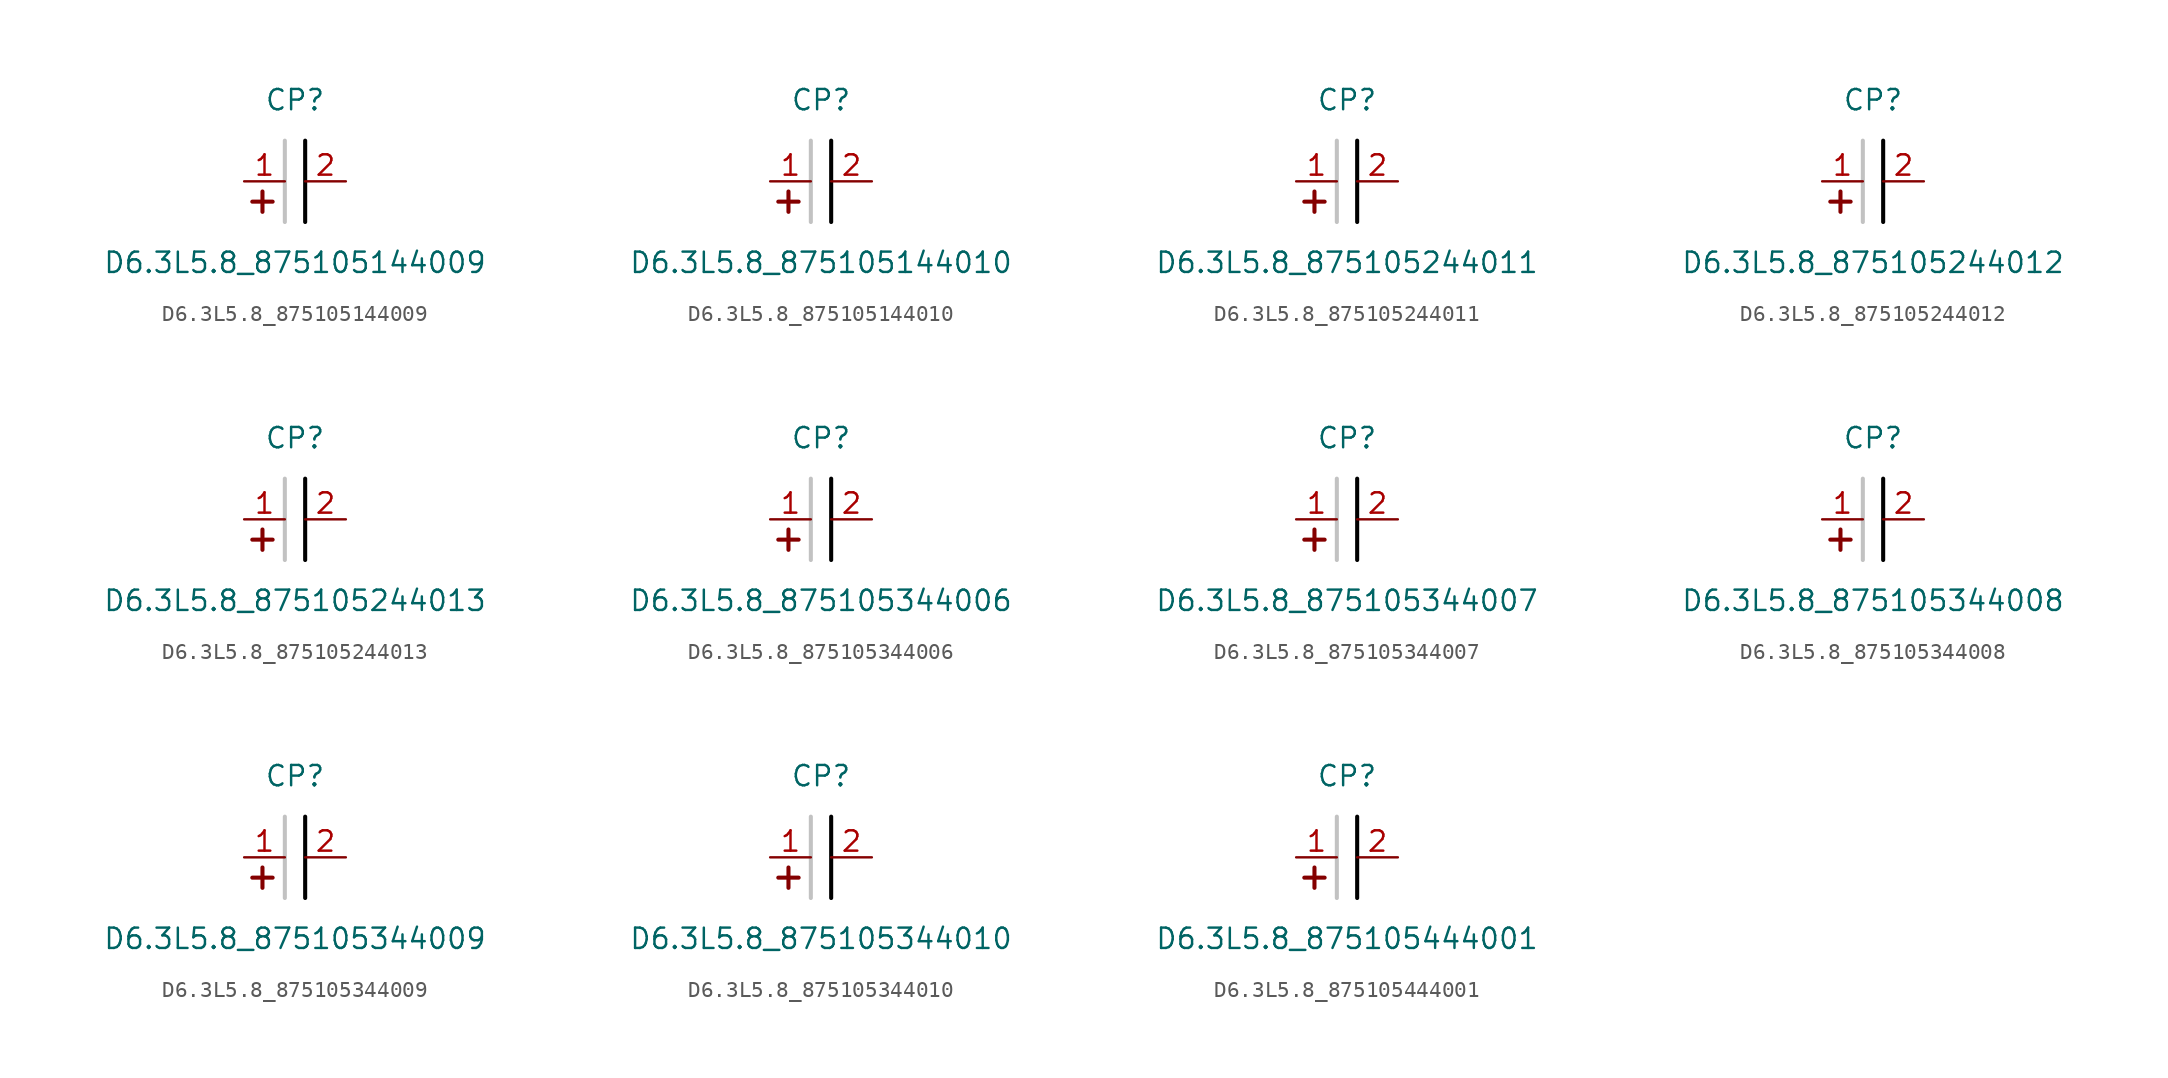
<source format=kicad_sym>
(kicad_symbol_lib
  (version 20220914)
  (generator kicad_symbol_editor)
  (symbol "D6.3L5.8_875105144009"
    (pin_names hide)
    (property "Reference" "CP"
      (at 0 5.08 0)
      (effects (font (size 1.27 1.27))))
    (property "Value" "D6.3L5.8_875105144009"
      (at 0 -5.08 0)
      (effects (font (size 1.27 1.27))))
    (symbol "D6.3L5.8_875105144009_1_1"
      (polyline (pts (xy -2.667 -1.27) (xy -1.397 -1.27)) (stroke (width 0.254) (type default)) (fill (type none)))
      (polyline (pts (xy -2.032 -0.635) (xy -2.032 -1.905)) (stroke (width 0.254) (type default)) (fill (type none)))
      (polyline (pts (xy -0.635 2.54) (xy -0.635 -2.54)) (stroke (width 0.254) (type default) (color 194 194 194 1)) (fill (type none)))
      (polyline (pts (xy 0.635 2.54) (xy 0.635 -2.54)) (stroke (width 0.254) (type default) (color 0 0 0 1)) (fill (type none)))
      (pin passive line (at -3.175 0 0) (length 2.54) (name "1" (effects (font (size 1.27 1.27)))) (number "1" (effects (font (size 1.27 1.27)))))
      (pin passive line (at 3.175 0 180) (length 2.54) (name "2" (effects (font (size 1.27 1.27)))) (number "2" (effects (font (size 1.27 1.27)))))))
  (symbol "D6.3L5.8_875105144010"
    (pin_names hide)
    (property "Reference" "CP"
      (at 0 5.08 0)
      (effects (font (size 1.27 1.27))))
    (property "Value" "D6.3L5.8_875105144010"
      (at 0 -5.08 0)
      (effects (font (size 1.27 1.27))))
    (symbol "D6.3L5.8_875105144010_1_1"
      (polyline (pts (xy -2.667 -1.27) (xy -1.397 -1.27)) (stroke (width 0.254) (type default)) (fill (type none)))
      (polyline (pts (xy -2.032 -0.635) (xy -2.032 -1.905)) (stroke (width 0.254) (type default)) (fill (type none)))
      (polyline (pts (xy -0.635 2.54) (xy -0.635 -2.54)) (stroke (width 0.254) (type default) (color 194 194 194 1)) (fill (type none)))
      (polyline (pts (xy 0.635 2.54) (xy 0.635 -2.54)) (stroke (width 0.254) (type default) (color 0 0 0 1)) (fill (type none)))
      (pin passive line (at -3.175 0 0) (length 2.54) (name "1" (effects (font (size 1.27 1.27)))) (number "1" (effects (font (size 1.27 1.27)))))
      (pin passive line (at 3.175 0 180) (length 2.54) (name "2" (effects (font (size 1.27 1.27)))) (number "2" (effects (font (size 1.27 1.27)))))))
  (symbol "D6.3L5.8_875105244011"
    (pin_names hide)
    (property "Reference" "CP"
      (at 0 5.08 0)
      (effects (font (size 1.27 1.27))))
    (property "Value" "D6.3L5.8_875105244011"
      (at 0 -5.08 0)
      (effects (font (size 1.27 1.27))))
    (symbol "D6.3L5.8_875105244011_1_1"
      (polyline (pts (xy -2.667 -1.27) (xy -1.397 -1.27)) (stroke (width 0.254) (type default)) (fill (type none)))
      (polyline (pts (xy -2.032 -0.635) (xy -2.032 -1.905)) (stroke (width 0.254) (type default)) (fill (type none)))
      (polyline (pts (xy -0.635 2.54) (xy -0.635 -2.54)) (stroke (width 0.254) (type default) (color 194 194 194 1)) (fill (type none)))
      (polyline (pts (xy 0.635 2.54) (xy 0.635 -2.54)) (stroke (width 0.254) (type default) (color 0 0 0 1)) (fill (type none)))
      (pin passive line (at -3.175 0 0) (length 2.54) (name "1" (effects (font (size 1.27 1.27)))) (number "1" (effects (font (size 1.27 1.27)))))
      (pin passive line (at 3.175 0 180) (length 2.54) (name "2" (effects (font (size 1.27 1.27)))) (number "2" (effects (font (size 1.27 1.27)))))))
  (symbol "D6.3L5.8_875105244012"
    (pin_names hide)
    (property "Reference" "CP"
      (at 0 5.08 0)
      (effects (font (size 1.27 1.27))))
    (property "Value" "D6.3L5.8_875105244012"
      (at 0 -5.08 0)
      (effects (font (size 1.27 1.27))))
    (symbol "D6.3L5.8_875105244012_1_1"
      (polyline (pts (xy -2.667 -1.27) (xy -1.397 -1.27)) (stroke (width 0.254) (type default)) (fill (type none)))
      (polyline (pts (xy -2.032 -0.635) (xy -2.032 -1.905)) (stroke (width 0.254) (type default)) (fill (type none)))
      (polyline (pts (xy -0.635 2.54) (xy -0.635 -2.54)) (stroke (width 0.254) (type default) (color 194 194 194 1)) (fill (type none)))
      (polyline (pts (xy 0.635 2.54) (xy 0.635 -2.54)) (stroke (width 0.254) (type default) (color 0 0 0 1)) (fill (type none)))
      (pin passive line (at -3.175 0 0) (length 2.54) (name "1" (effects (font (size 1.27 1.27)))) (number "1" (effects (font (size 1.27 1.27)))))
      (pin passive line (at 3.175 0 180) (length 2.54) (name "2" (effects (font (size 1.27 1.27)))) (number "2" (effects (font (size 1.27 1.27)))))))
  (symbol "D6.3L5.8_875105244013"
    (pin_names hide)
    (property "Reference" "CP"
      (at 0 5.08 0)
      (effects (font (size 1.27 1.27))))
    (property "Value" "D6.3L5.8_875105244013"
      (at 0 -5.08 0)
      (effects (font (size 1.27 1.27))))
    (symbol "D6.3L5.8_875105244013_1_1"
      (polyline (pts (xy -2.667 -1.27) (xy -1.397 -1.27)) (stroke (width 0.254) (type default)) (fill (type none)))
      (polyline (pts (xy -2.032 -0.635) (xy -2.032 -1.905)) (stroke (width 0.254) (type default)) (fill (type none)))
      (polyline (pts (xy -0.635 2.54) (xy -0.635 -2.54)) (stroke (width 0.254) (type default) (color 194 194 194 1)) (fill (type none)))
      (polyline (pts (xy 0.635 2.54) (xy 0.635 -2.54)) (stroke (width 0.254) (type default) (color 0 0 0 1)) (fill (type none)))
      (pin passive line (at -3.175 0 0) (length 2.54) (name "1" (effects (font (size 1.27 1.27)))) (number "1" (effects (font (size 1.27 1.27)))))
      (pin passive line (at 3.175 0 180) (length 2.54) (name "2" (effects (font (size 1.27 1.27)))) (number "2" (effects (font (size 1.27 1.27)))))))
  (symbol "D6.3L5.8_875105344006"
    (pin_names hide)
    (property "Reference" "CP"
      (at 0 5.08 0)
      (effects (font (size 1.27 1.27))))
    (property "Value" "D6.3L5.8_875105344006"
      (at 0 -5.08 0)
      (effects (font (size 1.27 1.27))))
    (symbol "D6.3L5.8_875105344006_1_1"
      (polyline (pts (xy -2.667 -1.27) (xy -1.397 -1.27)) (stroke (width 0.254) (type default)) (fill (type none)))
      (polyline (pts (xy -2.032 -0.635) (xy -2.032 -1.905)) (stroke (width 0.254) (type default)) (fill (type none)))
      (polyline (pts (xy -0.635 2.54) (xy -0.635 -2.54)) (stroke (width 0.254) (type default) (color 194 194 194 1)) (fill (type none)))
      (polyline (pts (xy 0.635 2.54) (xy 0.635 -2.54)) (stroke (width 0.254) (type default) (color 0 0 0 1)) (fill (type none)))
      (pin passive line (at -3.175 0 0) (length 2.54) (name "1" (effects (font (size 1.27 1.27)))) (number "1" (effects (font (size 1.27 1.27)))))
      (pin passive line (at 3.175 0 180) (length 2.54) (name "2" (effects (font (size 1.27 1.27)))) (number "2" (effects (font (size 1.27 1.27)))))))
  (symbol "D6.3L5.8_875105344007"
    (pin_names hide)
    (property "Reference" "CP"
      (at 0 5.08 0)
      (effects (font (size 1.27 1.27))))
    (property "Value" "D6.3L5.8_875105344007"
      (at 0 -5.08 0)
      (effects (font (size 1.27 1.27))))
    (symbol "D6.3L5.8_875105344007_1_1"
      (polyline (pts (xy -2.667 -1.27) (xy -1.397 -1.27)) (stroke (width 0.254) (type default)) (fill (type none)))
      (polyline (pts (xy -2.032 -0.635) (xy -2.032 -1.905)) (stroke (width 0.254) (type default)) (fill (type none)))
      (polyline (pts (xy -0.635 2.54) (xy -0.635 -2.54)) (stroke (width 0.254) (type default) (color 194 194 194 1)) (fill (type none)))
      (polyline (pts (xy 0.635 2.54) (xy 0.635 -2.54)) (stroke (width 0.254) (type default) (color 0 0 0 1)) (fill (type none)))
      (pin passive line (at -3.175 0 0) (length 2.54) (name "1" (effects (font (size 1.27 1.27)))) (number "1" (effects (font (size 1.27 1.27)))))
      (pin passive line (at 3.175 0 180) (length 2.54) (name "2" (effects (font (size 1.27 1.27)))) (number "2" (effects (font (size 1.27 1.27)))))))
  (symbol "D6.3L5.8_875105344008"
    (pin_names hide)
    (property "Reference" "CP"
      (at 0 5.08 0)
      (effects (font (size 1.27 1.27))))
    (property "Value" "D6.3L5.8_875105344008"
      (at 0 -5.08 0)
      (effects (font (size 1.27 1.27))))
    (symbol "D6.3L5.8_875105344008_1_1"
      (polyline (pts (xy -2.667 -1.27) (xy -1.397 -1.27)) (stroke (width 0.254) (type default)) (fill (type none)))
      (polyline (pts (xy -2.032 -0.635) (xy -2.032 -1.905)) (stroke (width 0.254) (type default)) (fill (type none)))
      (polyline (pts (xy -0.635 2.54) (xy -0.635 -2.54)) (stroke (width 0.254) (type default) (color 194 194 194 1)) (fill (type none)))
      (polyline (pts (xy 0.635 2.54) (xy 0.635 -2.54)) (stroke (width 0.254) (type default) (color 0 0 0 1)) (fill (type none)))
      (pin passive line (at -3.175 0 0) (length 2.54) (name "1" (effects (font (size 1.27 1.27)))) (number "1" (effects (font (size 1.27 1.27)))))
      (pin passive line (at 3.175 0 180) (length 2.54) (name "2" (effects (font (size 1.27 1.27)))) (number "2" (effects (font (size 1.27 1.27)))))))
  (symbol "D6.3L5.8_875105344009"
    (pin_names hide)
    (property "Reference" "CP"
      (at 0 5.08 0)
      (effects (font (size 1.27 1.27))))
    (property "Value" "D6.3L5.8_875105344009"
      (at 0 -5.08 0)
      (effects (font (size 1.27 1.27))))
    (symbol "D6.3L5.8_875105344009_1_1"
      (polyline (pts (xy -2.667 -1.27) (xy -1.397 -1.27)) (stroke (width 0.254) (type default)) (fill (type none)))
      (polyline (pts (xy -2.032 -0.635) (xy -2.032 -1.905)) (stroke (width 0.254) (type default)) (fill (type none)))
      (polyline (pts (xy -0.635 2.54) (xy -0.635 -2.54)) (stroke (width 0.254) (type default) (color 194 194 194 1)) (fill (type none)))
      (polyline (pts (xy 0.635 2.54) (xy 0.635 -2.54)) (stroke (width 0.254) (type default) (color 0 0 0 1)) (fill (type none)))
      (pin passive line (at -3.175 0 0) (length 2.54) (name "1" (effects (font (size 1.27 1.27)))) (number "1" (effects (font (size 1.27 1.27)))))
      (pin passive line (at 3.175 0 180) (length 2.54) (name "2" (effects (font (size 1.27 1.27)))) (number "2" (effects (font (size 1.27 1.27)))))))
  (symbol "D6.3L5.8_875105344010"
    (pin_names hide)
    (property "Reference" "CP"
      (at 0 5.08 0)
      (effects (font (size 1.27 1.27))))
    (property "Value" "D6.3L5.8_875105344010"
      (at 0 -5.08 0)
      (effects (font (size 1.27 1.27))))
    (symbol "D6.3L5.8_875105344010_1_1"
      (polyline (pts (xy -2.667 -1.27) (xy -1.397 -1.27)) (stroke (width 0.254) (type default)) (fill (type none)))
      (polyline (pts (xy -2.032 -0.635) (xy -2.032 -1.905)) (stroke (width 0.254) (type default)) (fill (type none)))
      (polyline (pts (xy -0.635 2.54) (xy -0.635 -2.54)) (stroke (width 0.254) (type default) (color 194 194 194 1)) (fill (type none)))
      (polyline (pts (xy 0.635 2.54) (xy 0.635 -2.54)) (stroke (width 0.254) (type default) (color 0 0 0 1)) (fill (type none)))
      (pin passive line (at -3.175 0 0) (length 2.54) (name "1" (effects (font (size 1.27 1.27)))) (number "1" (effects (font (size 1.27 1.27)))))
      (pin passive line (at 3.175 0 180) (length 2.54) (name "2" (effects (font (size 1.27 1.27)))) (number "2" (effects (font (size 1.27 1.27)))))))
  (symbol "D6.3L5.8_875105444001"
    (pin_names hide)
    (property "Reference" "CP"
      (at 0 5.08 0)
      (effects (font (size 1.27 1.27))))
    (property "Value" "D6.3L5.8_875105444001"
      (at 0 -5.08 0)
      (effects (font (size 1.27 1.27))))
    (symbol "D6.3L5.8_875105444001_1_1"
      (polyline (pts (xy -2.667 -1.27) (xy -1.397 -1.27)) (stroke (width 0.254) (type default)) (fill (type none)))
      (polyline (pts (xy -2.032 -0.635) (xy -2.032 -1.905)) (stroke (width 0.254) (type default)) (fill (type none)))
      (polyline (pts (xy -0.635 2.54) (xy -0.635 -2.54)) (stroke (width 0.254) (type default) (color 194 194 194 1)) (fill (type none)))
      (polyline (pts (xy 0.635 2.54) (xy 0.635 -2.54)) (stroke (width 0.254) (type default) (color 0 0 0 1)) (fill (type none)))
      (pin passive line (at -3.175 0 0) (length 2.54) (name "1" (effects (font (size 1.27 1.27)))) (number "1" (effects (font (size 1.27 1.27)))))
      (pin passive line (at 3.175 0 180) (length 2.54) (name "2" (effects (font (size 1.27 1.27)))) (number "2" (effects (font (size 1.27 1.27))))))))
</source>
